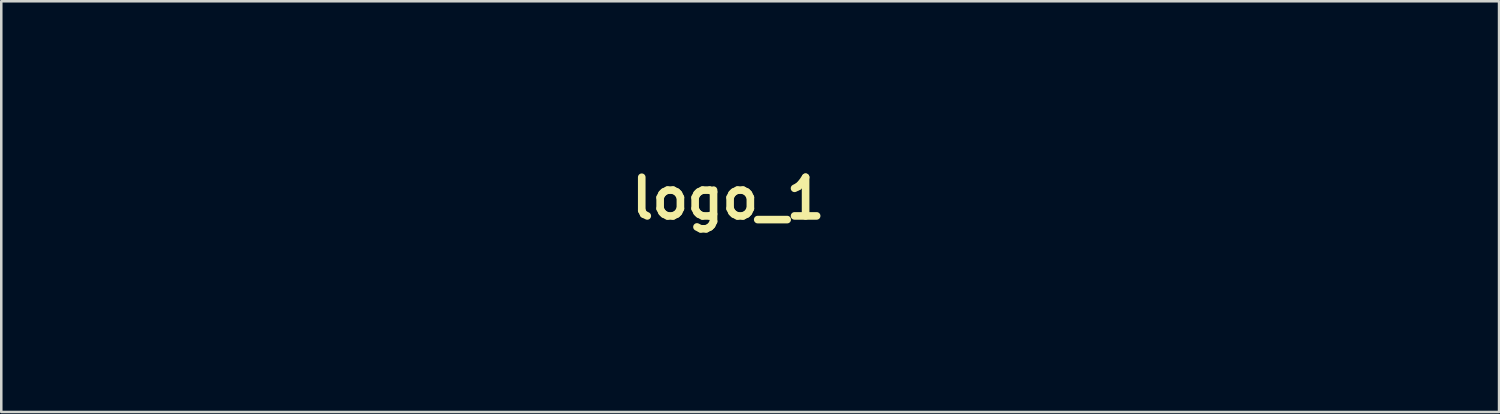
<source format=kicad_pcb>
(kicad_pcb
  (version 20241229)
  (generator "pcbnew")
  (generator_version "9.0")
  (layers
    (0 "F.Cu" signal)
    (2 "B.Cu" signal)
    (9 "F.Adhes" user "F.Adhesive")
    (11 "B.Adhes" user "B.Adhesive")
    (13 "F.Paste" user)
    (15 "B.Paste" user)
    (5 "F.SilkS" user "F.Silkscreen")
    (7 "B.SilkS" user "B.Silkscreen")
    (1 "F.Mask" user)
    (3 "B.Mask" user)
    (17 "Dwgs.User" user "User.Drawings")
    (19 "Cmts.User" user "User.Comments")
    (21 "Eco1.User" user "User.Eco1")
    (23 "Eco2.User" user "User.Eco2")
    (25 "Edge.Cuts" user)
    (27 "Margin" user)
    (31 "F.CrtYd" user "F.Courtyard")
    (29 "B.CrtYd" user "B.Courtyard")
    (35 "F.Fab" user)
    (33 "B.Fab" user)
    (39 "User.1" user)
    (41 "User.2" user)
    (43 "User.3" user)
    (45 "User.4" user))
  (footprint "logo_1"
    (layer "F.Cu")
    (at 25.659 4.772)
    (property "Reference" "logo_1" (at 0 0 0) (layer "F.SilkS") (effects (font (size 1.524 1.524) (thickness 0.3))))
    (attr through_hole)
    (fp_poly (pts (xy 11.938 1.067) (xy 7.061 1.067) (xy 7.061 -0.813) (xy 11.938 -0.813)) (stroke (width 0.01) (type solid)) (fill yes) (layer "F.Mask"))
    (fp_poly (pts (xy -23.673 3.15) (xy -21.946 3.15) (xy -21.946 5.182) (xy -25.654 5.182) (xy -25.654 -4.521) (xy -23.673 -4.521)) (stroke (width 0.01) (type solid)) (fill yes) (layer "F.Mask"))
    (fp_poly (pts (xy -8.382 -2.489) (xy -9.906 -2.489) (xy -9.906 5.182) (xy -11.887 5.182) (xy -11.887 -2.489) (xy -13.36 -2.489) (xy -13.36 -4.521) (xy -8.382 -4.521)) (stroke (width 0.01) (type solid)) (fill yes) (layer "F.Mask"))
    (fp_poly (pts (xy 1.524 -0.813) (xy 3.759 -0.813) (xy 3.759 -4.521) (xy 5.69 -4.521) (xy 5.69 5.182) (xy 3.759 5.182) (xy 3.759 1.067) (xy 1.524 1.067) (xy 1.524 5.182) (xy -0.457 5.182) (xy -0.457 -4.521) (xy 1.524 -4.521)) (stroke (width 0.01) (type solid)) (fill yes) (layer "F.Mask"))
    (fp_poly (pts (xy 23.549 -4.672) (xy 23.924 -4.666) (xy 24.27 -4.657) (xy 24.567 -4.645) (xy 24.797 -4.631) (xy 24.923 -4.619) (xy 25.465 -4.498) (xy 25.952 -4.298) (xy 26.378 -4.023) (xy 26.738 -3.679) (xy 27.025 -3.272) (xy 27.233 -2.807) (xy 27.334 -2.42) (xy 27.38 -2.004) (xy 27.374 -1.555) (xy 27.319 -1.105) (xy 27.22 -0.683) (xy 27.08 -0.32) (xy 27.048 -0.257) (xy 26.795 0.106) (xy 26.46 0.43) (xy 26.057 0.705) (xy 25.6 0.917) (xy 25.518 0.947) (xy 25.328 1.006) (xy 25.146 1.048) (xy 24.946 1.076) (xy 24.696 1.095) (xy 24.422 1.106) (xy 23.724 1.131) (xy 23.724 4.877) (xy 21.793 4.877) (xy 21.793 -3.048) (xy 23.724 -3.048) (xy 23.724 -0.445) (xy 24.016 -0.479) (xy 24.244 -0.515) (xy 24.487 -0.566) (xy 24.586 -0.592) (xy 24.848 -0.707) (xy 25.08 -0.885) (xy 25.257 -1.102) (xy 25.343 -1.296) (xy 25.395 -1.603) (xy 25.391 -1.922) (xy 25.337 -2.226) (xy 25.236 -2.484) (xy 25.132 -2.632) (xy 24.932 -2.787) (xy 24.659 -2.914) (xy 24.343 -3.004) (xy 24.011 -3.046) (xy 23.924 -3.048) (xy 23.724 -3.048) (xy 21.793 -3.048) (xy 21.793 -4.674) (xy 23.161 -4.674)) (stroke (width 0.01) (type solid)) (fill yes) (layer "F.Mask"))
    (fp_poly (pts (xy -2.903 -4.758) (xy -2.599 -4.733) (xy -2.438 -4.707) (xy -2.159 -4.648) (xy -2.145 -3.588) (xy -2.141 -3.232) (xy -2.141 -2.966) (xy -2.144 -2.777) (xy -2.152 -2.654) (xy -2.165 -2.585) (xy -2.185 -2.557) (xy -2.209 -2.558) (xy -2.389 -2.607) (xy -2.634 -2.647) (xy -2.908 -2.675) (xy -3.174 -2.685) (xy -3.33 -2.681) (xy -3.709 -2.621) (xy -4.042 -2.486) (xy -4.35 -2.267) (xy -4.54 -2.081) (xy -4.814 -1.738) (xy -5.023 -1.362) (xy -5.174 -0.939) (xy -5.27 -0.453) (xy -5.319 0.109) (xy -5.32 0.131) (xy -5.311 0.764) (xy -5.234 1.337) (xy -5.09 1.848) (xy -4.881 2.291) (xy -4.609 2.664) (xy -4.277 2.96) (xy -3.887 3.177) (xy -3.823 3.203) (xy -3.52 3.281) (xy -3.164 3.314) (xy -2.791 3.301) (xy -2.441 3.241) (xy -2.425 3.237) (xy -2.132 3.159) (xy -2.145 4.206) (xy -2.159 5.253) (xy -2.388 5.323) (xy -2.59 5.366) (xy -2.864 5.395) (xy -3.177 5.412) (xy -3.501 5.414) (xy -3.804 5.402) (xy -4.055 5.374) (xy -4.115 5.363) (xy -4.701 5.19) (xy -5.241 4.928) (xy -5.733 4.577) (xy -6.174 4.14) (xy -6.562 3.619) (xy -6.756 3.289) (xy -7.034 2.676) (xy -7.241 2.008) (xy -7.377 1.302) (xy -7.442 0.575) (xy -7.435 -0.157) (xy -7.356 -0.875) (xy -7.205 -1.563) (xy -6.981 -2.204) (xy -6.886 -2.413) (xy -6.572 -2.963) (xy -6.198 -3.455) (xy -5.772 -3.881) (xy -5.305 -4.232) (xy -4.806 -4.501) (xy -4.286 -4.678) (xy -4.191 -4.699) (xy -3.927 -4.738) (xy -3.601 -4.76) (xy -3.248 -4.767)) (stroke (width 0.01) (type solid)) (fill yes) (layer "F.Mask"))
    (fp_poly (pts (xy 15.392 -1.191) (xy 15.393 -0.427) (xy 15.395 0.239) (xy 15.398 0.812) (xy 15.403 1.295) (xy 15.409 1.693) (xy 15.417 2.011) (xy 15.426 2.251) (xy 15.437 2.418) (xy 15.449 2.517) (xy 15.452 2.527) (xy 15.568 2.8) (xy 15.753 3.015) (xy 15.989 3.169) (xy 16.257 3.257) (xy 16.541 3.273) (xy 16.822 3.214) (xy 17.081 3.074) (xy 17.191 2.979) (xy 17.332 2.809) (xy 17.437 2.629) (xy 17.464 2.56) (xy 17.477 2.488) (xy 17.488 2.365) (xy 17.498 2.185) (xy 17.506 1.942) (xy 17.512 1.63) (xy 17.517 1.244) (xy 17.521 0.779) (xy 17.524 0.229) (xy 17.525 -0.412) (xy 17.526 -1.148) (xy 17.526 -1.162) (xy 17.526 -4.674) (xy 19.512 -4.674) (xy 19.495 -0.953) (xy 19.492 -0.248) (xy 19.489 0.363) (xy 19.486 0.888) (xy 19.482 1.333) (xy 19.478 1.708) (xy 19.473 2.018) (xy 19.467 2.273) (xy 19.46 2.479) (xy 19.452 2.645) (xy 19.441 2.777) (xy 19.429 2.883) (xy 19.415 2.972) (xy 19.398 3.049) (xy 19.378 3.124) (xy 19.369 3.157) (xy 19.194 3.659) (xy 18.971 4.08) (xy 18.695 4.425) (xy 18.359 4.696) (xy 17.959 4.898) (xy 17.49 5.034) (xy 16.945 5.108) (xy 16.434 5.124) (xy 16.162 5.117) (xy 15.888 5.098) (xy 15.651 5.072) (xy 15.545 5.055) (xy 15.064 4.927) (xy 14.659 4.748) (xy 14.323 4.511) (xy 14.048 4.206) (xy 13.827 3.827) (xy 13.651 3.364) (xy 13.55 2.984) (xy 13.53 2.889) (xy 13.512 2.796) (xy 13.496 2.694) (xy 13.483 2.577) (xy 13.472 2.437) (xy 13.463 2.265) (xy 13.455 2.053) (xy 13.449 1.795) (xy 13.444 1.481) (xy 13.439 1.104) (xy 13.435 0.657) (xy 13.431 0.13) (xy 13.428 -0.484) (xy 13.425 -1.079) (xy 13.406 -4.674) (xy 15.392 -4.674)) (stroke (width 0.01) (type solid)) (fill yes) (layer "F.Mask"))
    (fp_poly (pts (xy -16.966 -4.52) (xy -16.675 -4.518) (xy -16.435 -4.514) (xy -16.261 -4.508) (xy -16.167 -4.502) (xy -16.154 -4.499) (xy -16.142 -4.448) (xy -16.106 -4.305) (xy -16.047 -4.078) (xy -15.969 -3.772) (xy -15.872 -3.395) (xy -15.758 -2.954) (xy -15.629 -2.455) (xy -15.487 -1.906) (xy -15.333 -1.312) (xy -15.17 -0.681) (xy -14.998 -0.019) (xy -14.938 0.212) (xy -14.763 0.886) (xy -14.596 1.533) (xy -14.436 2.148) (xy -14.288 2.722) (xy -14.151 3.249) (xy -14.029 3.722) (xy -13.922 4.134) (xy -13.833 4.478) (xy -13.764 4.747) (xy -13.716 4.934) (xy -13.691 5.031) (xy -13.688 5.042) (xy -13.654 5.182) (xy -15.678 5.182) (xy -16.028 3.581) (xy -18.588 3.554) (xy -18.64 3.745) (xy -18.672 3.87) (xy -18.719 4.066) (xy -18.776 4.307) (xy -18.833 4.559) (xy -18.973 5.182) (xy -19.951 5.182) (xy -20.314 5.18) (xy -20.584 5.174) (xy -20.77 5.164) (xy -20.882 5.149) (xy -20.927 5.128) (xy -20.93 5.121) (xy -20.917 5.066) (xy -20.881 4.92) (xy -20.824 4.693) (xy -20.748 4.393) (xy -20.655 4.027) (xy -20.547 3.604) (xy -20.426 3.133) (xy -20.294 2.622) (xy -20.155 2.078) (xy -20.125 1.964) (xy -18.237 1.964) (xy -18.189 1.969) (xy -18.055 1.974) (xy -17.852 1.978) (xy -17.595 1.98) (xy -17.319 1.981) (xy -16.993 1.981) (xy -16.756 1.978) (xy -16.593 1.972) (xy -16.493 1.96) (xy -16.441 1.943) (xy -16.425 1.919) (xy -16.43 1.892) (xy -16.467 1.749) (xy -16.518 1.519) (xy -16.579 1.22) (xy -16.649 0.864) (xy -16.723 0.468) (xy -16.8 0.046) (xy -16.876 -0.387) (xy -16.95 -0.816) (xy -17.017 -1.227) (xy -17.077 -1.604) (xy -17.125 -1.932) (xy -17.135 -2.007) (xy -17.166 -2.223) (xy -17.193 -2.359) (xy -17.224 -2.433) (xy -17.268 -2.467) (xy -17.331 -2.479) (xy -17.395 -2.483) (xy -17.437 -2.462) (xy -17.467 -2.398) (xy -17.493 -2.273) (xy -17.522 -2.067) (xy -17.525 -2.048) (xy -17.573 -1.721) (xy -17.636 -1.319) (xy -17.71 -0.867) (xy -17.792 -0.389) (xy -17.876 0.09) (xy -17.959 0.546) (xy -18.036 0.953) (xy -18.083 1.189) (xy -18.136 1.453) (xy -18.182 1.678) (xy -18.216 1.849) (xy -18.235 1.947) (xy -18.237 1.964) (xy -20.125 1.964) (xy -20.008 1.511) (xy -19.858 0.928) (xy -19.706 0.338) (xy -19.554 -0.251) (xy -19.404 -0.83) (xy -19.258 -1.392) (xy -19.119 -1.927) (xy -18.989 -2.428) (xy -18.87 -2.887) (xy -18.763 -3.295) (xy -18.672 -3.644) (xy -18.598 -3.925) (xy -18.543 -4.131) (xy -18.51 -4.252) (xy -18.509 -4.255) (xy -18.433 -4.521) (xy -17.294 -4.521)) (stroke (width 0.01) (type solid)) (fill yes) (layer "F.Mask")))
  (gr_rect
    (start -3 -3)
    (end 56.044 13.191)
    (stroke (width 0.1) (type default))
    (fill no)
    (layer "Edge.Cuts")))
</source>
